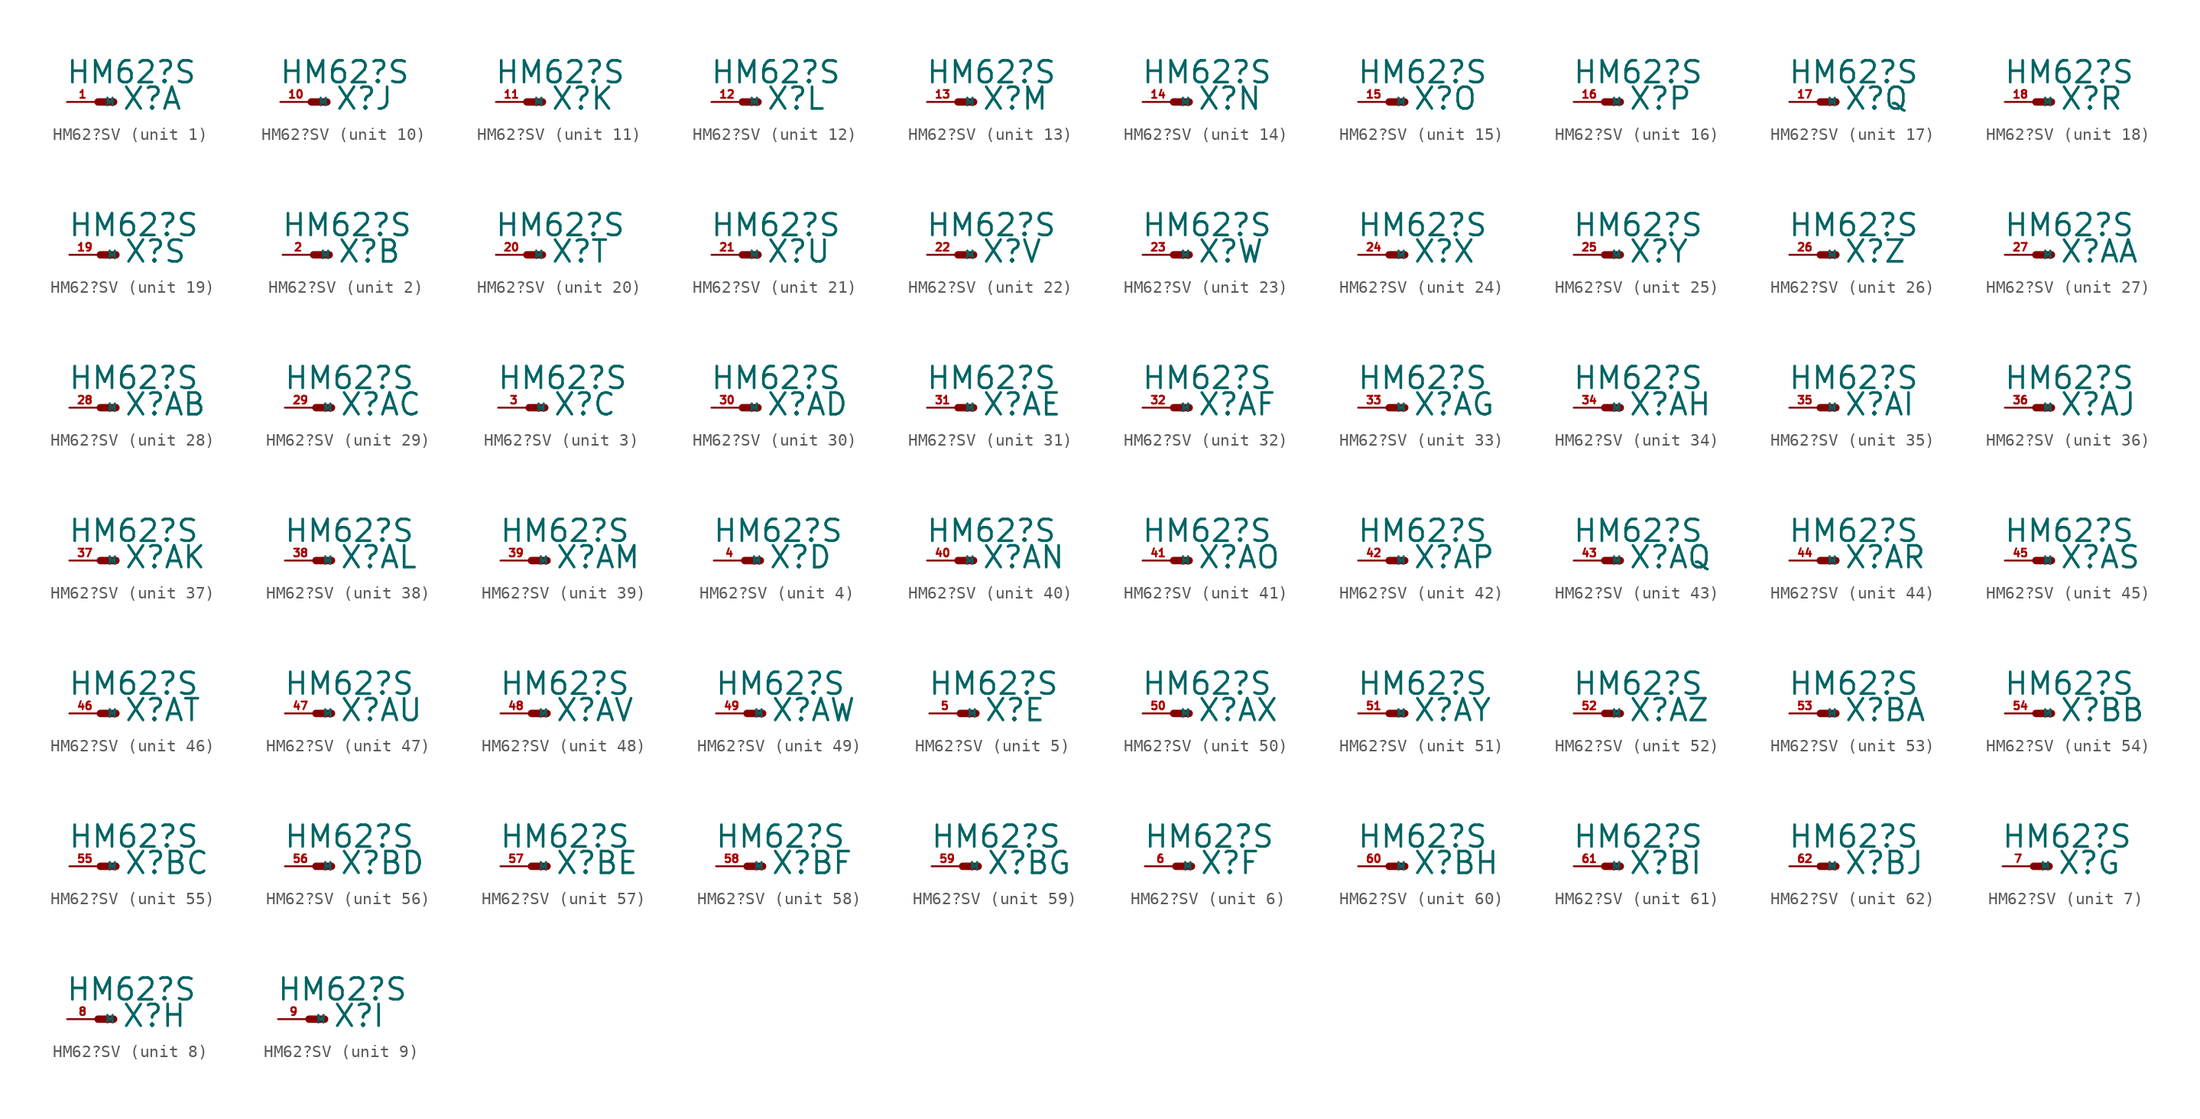
<source format=kicad_sym>
(kicad_symbol_lib
  (version 20220914)
  (generator Eagle2Kicad)
  (symbol "HM62?SV"
    (property "Reference" "X"
      (at 1.905 -0.762 0)
      (effects (font (size 1.778 1.778) (thickness 0.22)) (justify left bottom)))
    (property "Value" "HM62?S"
      (at -2.667 1.397 0)
      (effects (font (size 1.778 1.778) (thickness 0.22)) (justify left bottom)))
    (symbol "HM62?SV_1_0"
      (polyline (pts (xy 0 0) (xy 1.27 0)) (stroke (width 0.61) (type default)) (fill (type none)))
      (pin passive line (at -2.54 0 0) (length 2.54) (name "M" (effects (font (size 0.635 0.635) (thickness 0.08)) (justify left bottom))) (number "1" (effects (font (size 0.635 0.635) (thickness 0.08)) (justify left bottom)))))
    (symbol "HM62?SV_2_0"
      (polyline (pts (xy 0 0) (xy 1.27 0)) (stroke (width 0.61) (type default)) (fill (type none)))
      (pin passive line (at -2.54 0 0) (length 2.54) (name "M" (effects (font (size 0.635 0.635) (thickness 0.08)) (justify left bottom))) (number "2" (effects (font (size 0.635 0.635) (thickness 0.08)) (justify left bottom)))))
    (symbol "HM62?SV_3_0"
      (polyline (pts (xy 0 0) (xy 1.27 0)) (stroke (width 0.61) (type default)) (fill (type none)))
      (pin passive line (at -2.54 0 0) (length 2.54) (name "M" (effects (font (size 0.635 0.635) (thickness 0.08)) (justify left bottom))) (number "3" (effects (font (size 0.635 0.635) (thickness 0.08)) (justify left bottom)))))
    (symbol "HM62?SV_4_0"
      (polyline (pts (xy 0 0) (xy 1.27 0)) (stroke (width 0.61) (type default)) (fill (type none)))
      (pin passive line (at -2.54 0 0) (length 2.54) (name "M" (effects (font (size 0.635 0.635) (thickness 0.08)) (justify left bottom))) (number "4" (effects (font (size 0.635 0.635) (thickness 0.08)) (justify left bottom)))))
    (symbol "HM62?SV_5_0"
      (polyline (pts (xy 0 0) (xy 1.27 0)) (stroke (width 0.61) (type default)) (fill (type none)))
      (pin passive line (at -2.54 0 0) (length 2.54) (name "M" (effects (font (size 0.635 0.635) (thickness 0.08)) (justify left bottom))) (number "5" (effects (font (size 0.635 0.635) (thickness 0.08)) (justify left bottom)))))
    (symbol "HM62?SV_6_0"
      (polyline (pts (xy 0 0) (xy 1.27 0)) (stroke (width 0.61) (type default)) (fill (type none)))
      (pin passive line (at -2.54 0 0) (length 2.54) (name "M" (effects (font (size 0.635 0.635) (thickness 0.08)) (justify left bottom))) (number "6" (effects (font (size 0.635 0.635) (thickness 0.08)) (justify left bottom)))))
    (symbol "HM62?SV_7_0"
      (polyline (pts (xy 0 0) (xy 1.27 0)) (stroke (width 0.61) (type default)) (fill (type none)))
      (pin passive line (at -2.54 0 0) (length 2.54) (name "M" (effects (font (size 0.635 0.635) (thickness 0.08)) (justify left bottom))) (number "7" (effects (font (size 0.635 0.635) (thickness 0.08)) (justify left bottom)))))
    (symbol "HM62?SV_8_0"
      (polyline (pts (xy 0 0) (xy 1.27 0)) (stroke (width 0.61) (type default)) (fill (type none)))
      (pin passive line (at -2.54 0 0) (length 2.54) (name "M" (effects (font (size 0.635 0.635) (thickness 0.08)) (justify left bottom))) (number "8" (effects (font (size 0.635 0.635) (thickness 0.08)) (justify left bottom)))))
    (symbol "HM62?SV_9_0"
      (polyline (pts (xy 0 0) (xy 1.27 0)) (stroke (width 0.61) (type default)) (fill (type none)))
      (pin passive line (at -2.54 0 0) (length 2.54) (name "M" (effects (font (size 0.635 0.635) (thickness 0.08)) (justify left bottom))) (number "9" (effects (font (size 0.635 0.635) (thickness 0.08)) (justify left bottom)))))
    (symbol "HM62?SV_10_0"
      (polyline (pts (xy 0 0) (xy 1.27 0)) (stroke (width 0.61) (type default)) (fill (type none)))
      (pin passive line (at -2.54 0 0) (length 2.54) (name "M" (effects (font (size 0.635 0.635) (thickness 0.08)) (justify left bottom))) (number "10" (effects (font (size 0.635 0.635) (thickness 0.08)) (justify left bottom)))))
    (symbol "HM62?SV_11_0"
      (polyline (pts (xy 0 0) (xy 1.27 0)) (stroke (width 0.61) (type default)) (fill (type none)))
      (pin passive line (at -2.54 0 0) (length 2.54) (name "M" (effects (font (size 0.635 0.635) (thickness 0.08)) (justify left bottom))) (number "11" (effects (font (size 0.635 0.635) (thickness 0.08)) (justify left bottom)))))
    (symbol "HM62?SV_12_0"
      (polyline (pts (xy 0 0) (xy 1.27 0)) (stroke (width 0.61) (type default)) (fill (type none)))
      (pin passive line (at -2.54 0 0) (length 2.54) (name "M" (effects (font (size 0.635 0.635) (thickness 0.08)) (justify left bottom))) (number "12" (effects (font (size 0.635 0.635) (thickness 0.08)) (justify left bottom)))))
    (symbol "HM62?SV_13_0"
      (polyline (pts (xy 0 0) (xy 1.27 0)) (stroke (width 0.61) (type default)) (fill (type none)))
      (pin passive line (at -2.54 0 0) (length 2.54) (name "M" (effects (font (size 0.635 0.635) (thickness 0.08)) (justify left bottom))) (number "13" (effects (font (size 0.635 0.635) (thickness 0.08)) (justify left bottom)))))
    (symbol "HM62?SV_14_0"
      (polyline (pts (xy 0 0) (xy 1.27 0)) (stroke (width 0.61) (type default)) (fill (type none)))
      (pin passive line (at -2.54 0 0) (length 2.54) (name "M" (effects (font (size 0.635 0.635) (thickness 0.08)) (justify left bottom))) (number "14" (effects (font (size 0.635 0.635) (thickness 0.08)) (justify left bottom)))))
    (symbol "HM62?SV_15_0"
      (polyline (pts (xy 0 0) (xy 1.27 0)) (stroke (width 0.61) (type default)) (fill (type none)))
      (pin passive line (at -2.54 0 0) (length 2.54) (name "M" (effects (font (size 0.635 0.635) (thickness 0.08)) (justify left bottom))) (number "15" (effects (font (size 0.635 0.635) (thickness 0.08)) (justify left bottom)))))
    (symbol "HM62?SV_16_0"
      (polyline (pts (xy 0 0) (xy 1.27 0)) (stroke (width 0.61) (type default)) (fill (type none)))
      (pin passive line (at -2.54 0 0) (length 2.54) (name "M" (effects (font (size 0.635 0.635) (thickness 0.08)) (justify left bottom))) (number "16" (effects (font (size 0.635 0.635) (thickness 0.08)) (justify left bottom)))))
    (symbol "HM62?SV_17_0"
      (polyline (pts (xy 0 0) (xy 1.27 0)) (stroke (width 0.61) (type default)) (fill (type none)))
      (pin passive line (at -2.54 0 0) (length 2.54) (name "M" (effects (font (size 0.635 0.635) (thickness 0.08)) (justify left bottom))) (number "17" (effects (font (size 0.635 0.635) (thickness 0.08)) (justify left bottom)))))
    (symbol "HM62?SV_18_0"
      (polyline (pts (xy 0 0) (xy 1.27 0)) (stroke (width 0.61) (type default)) (fill (type none)))
      (pin passive line (at -2.54 0 0) (length 2.54) (name "M" (effects (font (size 0.635 0.635) (thickness 0.08)) (justify left bottom))) (number "18" (effects (font (size 0.635 0.635) (thickness 0.08)) (justify left bottom)))))
    (symbol "HM62?SV_19_0"
      (polyline (pts (xy 0 0) (xy 1.27 0)) (stroke (width 0.61) (type default)) (fill (type none)))
      (pin passive line (at -2.54 0 0) (length 2.54) (name "M" (effects (font (size 0.635 0.635) (thickness 0.08)) (justify left bottom))) (number "19" (effects (font (size 0.635 0.635) (thickness 0.08)) (justify left bottom)))))
    (symbol "HM62?SV_20_0"
      (polyline (pts (xy 0 0) (xy 1.27 0)) (stroke (width 0.61) (type default)) (fill (type none)))
      (pin passive line (at -2.54 0 0) (length 2.54) (name "M" (effects (font (size 0.635 0.635) (thickness 0.08)) (justify left bottom))) (number "20" (effects (font (size 0.635 0.635) (thickness 0.08)) (justify left bottom)))))
    (symbol "HM62?SV_21_0"
      (polyline (pts (xy 0 0) (xy 1.27 0)) (stroke (width 0.61) (type default)) (fill (type none)))
      (pin passive line (at -2.54 0 0) (length 2.54) (name "M" (effects (font (size 0.635 0.635) (thickness 0.08)) (justify left bottom))) (number "21" (effects (font (size 0.635 0.635) (thickness 0.08)) (justify left bottom)))))
    (symbol "HM62?SV_22_0"
      (polyline (pts (xy 0 0) (xy 1.27 0)) (stroke (width 0.61) (type default)) (fill (type none)))
      (pin passive line (at -2.54 0 0) (length 2.54) (name "M" (effects (font (size 0.635 0.635) (thickness 0.08)) (justify left bottom))) (number "22" (effects (font (size 0.635 0.635) (thickness 0.08)) (justify left bottom)))))
    (symbol "HM62?SV_23_0"
      (polyline (pts (xy 0 0) (xy 1.27 0)) (stroke (width 0.61) (type default)) (fill (type none)))
      (pin passive line (at -2.54 0 0) (length 2.54) (name "M" (effects (font (size 0.635 0.635) (thickness 0.08)) (justify left bottom))) (number "23" (effects (font (size 0.635 0.635) (thickness 0.08)) (justify left bottom)))))
    (symbol "HM62?SV_24_0"
      (polyline (pts (xy 0 0) (xy 1.27 0)) (stroke (width 0.61) (type default)) (fill (type none)))
      (pin passive line (at -2.54 0 0) (length 2.54) (name "M" (effects (font (size 0.635 0.635) (thickness 0.08)) (justify left bottom))) (number "24" (effects (font (size 0.635 0.635) (thickness 0.08)) (justify left bottom)))))
    (symbol "HM62?SV_25_0"
      (polyline (pts (xy 0 0) (xy 1.27 0)) (stroke (width 0.61) (type default)) (fill (type none)))
      (pin passive line (at -2.54 0 0) (length 2.54) (name "M" (effects (font (size 0.635 0.635) (thickness 0.08)) (justify left bottom))) (number "25" (effects (font (size 0.635 0.635) (thickness 0.08)) (justify left bottom)))))
    (symbol "HM62?SV_26_0"
      (polyline (pts (xy 0 0) (xy 1.27 0)) (stroke (width 0.61) (type default)) (fill (type none)))
      (pin passive line (at -2.54 0 0) (length 2.54) (name "M" (effects (font (size 0.635 0.635) (thickness 0.08)) (justify left bottom))) (number "26" (effects (font (size 0.635 0.635) (thickness 0.08)) (justify left bottom)))))
    (symbol "HM62?SV_27_0"
      (polyline (pts (xy 0 0) (xy 1.27 0)) (stroke (width 0.61) (type default)) (fill (type none)))
      (pin passive line (at -2.54 0 0) (length 2.54) (name "M" (effects (font (size 0.635 0.635) (thickness 0.08)) (justify left bottom))) (number "27" (effects (font (size 0.635 0.635) (thickness 0.08)) (justify left bottom)))))
    (symbol "HM62?SV_28_0"
      (polyline (pts (xy 0 0) (xy 1.27 0)) (stroke (width 0.61) (type default)) (fill (type none)))
      (pin passive line (at -2.54 0 0) (length 2.54) (name "M" (effects (font (size 0.635 0.635) (thickness 0.08)) (justify left bottom))) (number "28" (effects (font (size 0.635 0.635) (thickness 0.08)) (justify left bottom)))))
    (symbol "HM62?SV_29_0"
      (polyline (pts (xy 0 0) (xy 1.27 0)) (stroke (width 0.61) (type default)) (fill (type none)))
      (pin passive line (at -2.54 0 0) (length 2.54) (name "M" (effects (font (size 0.635 0.635) (thickness 0.08)) (justify left bottom))) (number "29" (effects (font (size 0.635 0.635) (thickness 0.08)) (justify left bottom)))))
    (symbol "HM62?SV_30_0"
      (polyline (pts (xy 0 0) (xy 1.27 0)) (stroke (width 0.61) (type default)) (fill (type none)))
      (pin passive line (at -2.54 0 0) (length 2.54) (name "M" (effects (font (size 0.635 0.635) (thickness 0.08)) (justify left bottom))) (number "30" (effects (font (size 0.635 0.635) (thickness 0.08)) (justify left bottom)))))
    (symbol "HM62?SV_31_0"
      (polyline (pts (xy 0 0) (xy 1.27 0)) (stroke (width 0.61) (type default)) (fill (type none)))
      (pin passive line (at -2.54 0 0) (length 2.54) (name "M" (effects (font (size 0.635 0.635) (thickness 0.08)) (justify left bottom))) (number "31" (effects (font (size 0.635 0.635) (thickness 0.08)) (justify left bottom)))))
    (symbol "HM62?SV_32_0"
      (polyline (pts (xy 0 0) (xy 1.27 0)) (stroke (width 0.61) (type default)) (fill (type none)))
      (pin passive line (at -2.54 0 0) (length 2.54) (name "M" (effects (font (size 0.635 0.635) (thickness 0.08)) (justify left bottom))) (number "32" (effects (font (size 0.635 0.635) (thickness 0.08)) (justify left bottom)))))
    (symbol "HM62?SV_33_0"
      (polyline (pts (xy 0 0) (xy 1.27 0)) (stroke (width 0.61) (type default)) (fill (type none)))
      (pin passive line (at -2.54 0 0) (length 2.54) (name "M" (effects (font (size 0.635 0.635) (thickness 0.08)) (justify left bottom))) (number "33" (effects (font (size 0.635 0.635) (thickness 0.08)) (justify left bottom)))))
    (symbol "HM62?SV_34_0"
      (polyline (pts (xy 0 0) (xy 1.27 0)) (stroke (width 0.61) (type default)) (fill (type none)))
      (pin passive line (at -2.54 0 0) (length 2.54) (name "M" (effects (font (size 0.635 0.635) (thickness 0.08)) (justify left bottom))) (number "34" (effects (font (size 0.635 0.635) (thickness 0.08)) (justify left bottom)))))
    (symbol "HM62?SV_35_0"
      (polyline (pts (xy 0 0) (xy 1.27 0)) (stroke (width 0.61) (type default)) (fill (type none)))
      (pin passive line (at -2.54 0 0) (length 2.54) (name "M" (effects (font (size 0.635 0.635) (thickness 0.08)) (justify left bottom))) (number "35" (effects (font (size 0.635 0.635) (thickness 0.08)) (justify left bottom)))))
    (symbol "HM62?SV_36_0"
      (polyline (pts (xy 0 0) (xy 1.27 0)) (stroke (width 0.61) (type default)) (fill (type none)))
      (pin passive line (at -2.54 0 0) (length 2.54) (name "M" (effects (font (size 0.635 0.635) (thickness 0.08)) (justify left bottom))) (number "36" (effects (font (size 0.635 0.635) (thickness 0.08)) (justify left bottom)))))
    (symbol "HM62?SV_37_0"
      (polyline (pts (xy 0 0) (xy 1.27 0)) (stroke (width 0.61) (type default)) (fill (type none)))
      (pin passive line (at -2.54 0 0) (length 2.54) (name "M" (effects (font (size 0.635 0.635) (thickness 0.08)) (justify left bottom))) (number "37" (effects (font (size 0.635 0.635) (thickness 0.08)) (justify left bottom)))))
    (symbol "HM62?SV_38_0"
      (polyline (pts (xy 0 0) (xy 1.27 0)) (stroke (width 0.61) (type default)) (fill (type none)))
      (pin passive line (at -2.54 0 0) (length 2.54) (name "M" (effects (font (size 0.635 0.635) (thickness 0.08)) (justify left bottom))) (number "38" (effects (font (size 0.635 0.635) (thickness 0.08)) (justify left bottom)))))
    (symbol "HM62?SV_39_0"
      (polyline (pts (xy 0 0) (xy 1.27 0)) (stroke (width 0.61) (type default)) (fill (type none)))
      (pin passive line (at -2.54 0 0) (length 2.54) (name "M" (effects (font (size 0.635 0.635) (thickness 0.08)) (justify left bottom))) (number "39" (effects (font (size 0.635 0.635) (thickness 0.08)) (justify left bottom)))))
    (symbol "HM62?SV_40_0"
      (polyline (pts (xy 0 0) (xy 1.27 0)) (stroke (width 0.61) (type default)) (fill (type none)))
      (pin passive line (at -2.54 0 0) (length 2.54) (name "M" (effects (font (size 0.635 0.635) (thickness 0.08)) (justify left bottom))) (number "40" (effects (font (size 0.635 0.635) (thickness 0.08)) (justify left bottom)))))
    (symbol "HM62?SV_41_0"
      (polyline (pts (xy 0 0) (xy 1.27 0)) (stroke (width 0.61) (type default)) (fill (type none)))
      (pin passive line (at -2.54 0 0) (length 2.54) (name "M" (effects (font (size 0.635 0.635) (thickness 0.08)) (justify left bottom))) (number "41" (effects (font (size 0.635 0.635) (thickness 0.08)) (justify left bottom)))))
    (symbol "HM62?SV_42_0"
      (polyline (pts (xy 0 0) (xy 1.27 0)) (stroke (width 0.61) (type default)) (fill (type none)))
      (pin passive line (at -2.54 0 0) (length 2.54) (name "M" (effects (font (size 0.635 0.635) (thickness 0.08)) (justify left bottom))) (number "42" (effects (font (size 0.635 0.635) (thickness 0.08)) (justify left bottom)))))
    (symbol "HM62?SV_43_0"
      (polyline (pts (xy 0 0) (xy 1.27 0)) (stroke (width 0.61) (type default)) (fill (type none)))
      (pin passive line (at -2.54 0 0) (length 2.54) (name "M" (effects (font (size 0.635 0.635) (thickness 0.08)) (justify left bottom))) (number "43" (effects (font (size 0.635 0.635) (thickness 0.08)) (justify left bottom)))))
    (symbol "HM62?SV_44_0"
      (polyline (pts (xy 0 0) (xy 1.27 0)) (stroke (width 0.61) (type default)) (fill (type none)))
      (pin passive line (at -2.54 0 0) (length 2.54) (name "M" (effects (font (size 0.635 0.635) (thickness 0.08)) (justify left bottom))) (number "44" (effects (font (size 0.635 0.635) (thickness 0.08)) (justify left bottom)))))
    (symbol "HM62?SV_45_0"
      (polyline (pts (xy 0 0) (xy 1.27 0)) (stroke (width 0.61) (type default)) (fill (type none)))
      (pin passive line (at -2.54 0 0) (length 2.54) (name "M" (effects (font (size 0.635 0.635) (thickness 0.08)) (justify left bottom))) (number "45" (effects (font (size 0.635 0.635) (thickness 0.08)) (justify left bottom)))))
    (symbol "HM62?SV_46_0"
      (polyline (pts (xy 0 0) (xy 1.27 0)) (stroke (width 0.61) (type default)) (fill (type none)))
      (pin passive line (at -2.54 0 0) (length 2.54) (name "M" (effects (font (size 0.635 0.635) (thickness 0.08)) (justify left bottom))) (number "46" (effects (font (size 0.635 0.635) (thickness 0.08)) (justify left bottom)))))
    (symbol "HM62?SV_47_0"
      (polyline (pts (xy 0 0) (xy 1.27 0)) (stroke (width 0.61) (type default)) (fill (type none)))
      (pin passive line (at -2.54 0 0) (length 2.54) (name "M" (effects (font (size 0.635 0.635) (thickness 0.08)) (justify left bottom))) (number "47" (effects (font (size 0.635 0.635) (thickness 0.08)) (justify left bottom)))))
    (symbol "HM62?SV_48_0"
      (polyline (pts (xy 0 0) (xy 1.27 0)) (stroke (width 0.61) (type default)) (fill (type none)))
      (pin passive line (at -2.54 0 0) (length 2.54) (name "M" (effects (font (size 0.635 0.635) (thickness 0.08)) (justify left bottom))) (number "48" (effects (font (size 0.635 0.635) (thickness 0.08)) (justify left bottom)))))
    (symbol "HM62?SV_49_0"
      (polyline (pts (xy 0 0) (xy 1.27 0)) (stroke (width 0.61) (type default)) (fill (type none)))
      (pin passive line (at -2.54 0 0) (length 2.54) (name "M" (effects (font (size 0.635 0.635) (thickness 0.08)) (justify left bottom))) (number "49" (effects (font (size 0.635 0.635) (thickness 0.08)) (justify left bottom)))))
    (symbol "HM62?SV_50_0"
      (polyline (pts (xy 0 0) (xy 1.27 0)) (stroke (width 0.61) (type default)) (fill (type none)))
      (pin passive line (at -2.54 0 0) (length 2.54) (name "M" (effects (font (size 0.635 0.635) (thickness 0.08)) (justify left bottom))) (number "50" (effects (font (size 0.635 0.635) (thickness 0.08)) (justify left bottom)))))
    (symbol "HM62?SV_51_0"
      (polyline (pts (xy 0 0) (xy 1.27 0)) (stroke (width 0.61) (type default)) (fill (type none)))
      (pin passive line (at -2.54 0 0) (length 2.54) (name "M" (effects (font (size 0.635 0.635) (thickness 0.08)) (justify left bottom))) (number "51" (effects (font (size 0.635 0.635) (thickness 0.08)) (justify left bottom)))))
    (symbol "HM62?SV_52_0"
      (polyline (pts (xy 0 0) (xy 1.27 0)) (stroke (width 0.61) (type default)) (fill (type none)))
      (pin passive line (at -2.54 0 0) (length 2.54) (name "M" (effects (font (size 0.635 0.635) (thickness 0.08)) (justify left bottom))) (number "52" (effects (font (size 0.635 0.635) (thickness 0.08)) (justify left bottom)))))
    (symbol "HM62?SV_53_0"
      (polyline (pts (xy 0 0) (xy 1.27 0)) (stroke (width 0.61) (type default)) (fill (type none)))
      (pin passive line (at -2.54 0 0) (length 2.54) (name "M" (effects (font (size 0.635 0.635) (thickness 0.08)) (justify left bottom))) (number "53" (effects (font (size 0.635 0.635) (thickness 0.08)) (justify left bottom)))))
    (symbol "HM62?SV_54_0"
      (polyline (pts (xy 0 0) (xy 1.27 0)) (stroke (width 0.61) (type default)) (fill (type none)))
      (pin passive line (at -2.54 0 0) (length 2.54) (name "M" (effects (font (size 0.635 0.635) (thickness 0.08)) (justify left bottom))) (number "54" (effects (font (size 0.635 0.635) (thickness 0.08)) (justify left bottom)))))
    (symbol "HM62?SV_55_0"
      (polyline (pts (xy 0 0) (xy 1.27 0)) (stroke (width 0.61) (type default)) (fill (type none)))
      (pin passive line (at -2.54 0 0) (length 2.54) (name "M" (effects (font (size 0.635 0.635) (thickness 0.08)) (justify left bottom))) (number "55" (effects (font (size 0.635 0.635) (thickness 0.08)) (justify left bottom)))))
    (symbol "HM62?SV_56_0"
      (polyline (pts (xy 0 0) (xy 1.27 0)) (stroke (width 0.61) (type default)) (fill (type none)))
      (pin passive line (at -2.54 0 0) (length 2.54) (name "M" (effects (font (size 0.635 0.635) (thickness 0.08)) (justify left bottom))) (number "56" (effects (font (size 0.635 0.635) (thickness 0.08)) (justify left bottom)))))
    (symbol "HM62?SV_57_0"
      (polyline (pts (xy 0 0) (xy 1.27 0)) (stroke (width 0.61) (type default)) (fill (type none)))
      (pin passive line (at -2.54 0 0) (length 2.54) (name "M" (effects (font (size 0.635 0.635) (thickness 0.08)) (justify left bottom))) (number "57" (effects (font (size 0.635 0.635) (thickness 0.08)) (justify left bottom)))))
    (symbol "HM62?SV_58_0"
      (polyline (pts (xy 0 0) (xy 1.27 0)) (stroke (width 0.61) (type default)) (fill (type none)))
      (pin passive line (at -2.54 0 0) (length 2.54) (name "M" (effects (font (size 0.635 0.635) (thickness 0.08)) (justify left bottom))) (number "58" (effects (font (size 0.635 0.635) (thickness 0.08)) (justify left bottom)))))
    (symbol "HM62?SV_59_0"
      (polyline (pts (xy 0 0) (xy 1.27 0)) (stroke (width 0.61) (type default)) (fill (type none)))
      (pin passive line (at -2.54 0 0) (length 2.54) (name "M" (effects (font (size 0.635 0.635) (thickness 0.08)) (justify left bottom))) (number "59" (effects (font (size 0.635 0.635) (thickness 0.08)) (justify left bottom)))))
    (symbol "HM62?SV_60_0"
      (polyline (pts (xy 0 0) (xy 1.27 0)) (stroke (width 0.61) (type default)) (fill (type none)))
      (pin passive line (at -2.54 0 0) (length 2.54) (name "M" (effects (font (size 0.635 0.635) (thickness 0.08)) (justify left bottom))) (number "60" (effects (font (size 0.635 0.635) (thickness 0.08)) (justify left bottom)))))
    (symbol "HM62?SV_61_0"
      (polyline (pts (xy 0 0) (xy 1.27 0)) (stroke (width 0.61) (type default)) (fill (type none)))
      (pin passive line (at -2.54 0 0) (length 2.54) (name "M" (effects (font (size 0.635 0.635) (thickness 0.08)) (justify left bottom))) (number "61" (effects (font (size 0.635 0.635) (thickness 0.08)) (justify left bottom)))))
    (symbol "HM62?SV_62_0"
      (polyline (pts (xy 0 0) (xy 1.27 0)) (stroke (width 0.61) (type default)) (fill (type none)))
      (pin passive line (at -2.54 0 0) (length 2.54) (name "M" (effects (font (size 0.635 0.635) (thickness 0.08)) (justify left bottom))) (number "62" (effects (font (size 0.635 0.635) (thickness 0.08)) (justify left bottom)))))))
</source>
